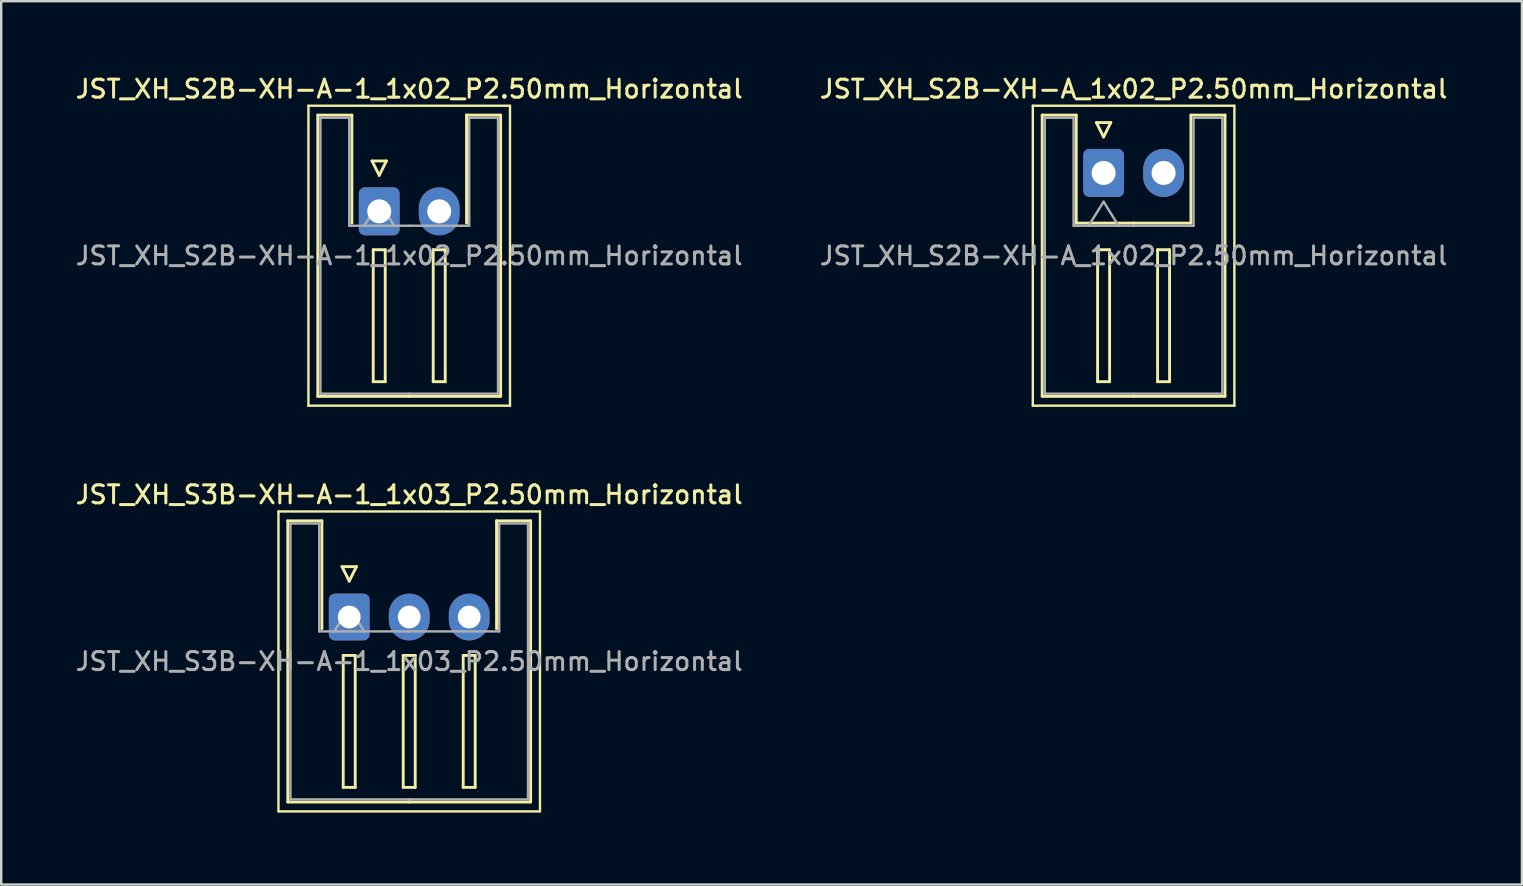
<source format=kicad_pcb>
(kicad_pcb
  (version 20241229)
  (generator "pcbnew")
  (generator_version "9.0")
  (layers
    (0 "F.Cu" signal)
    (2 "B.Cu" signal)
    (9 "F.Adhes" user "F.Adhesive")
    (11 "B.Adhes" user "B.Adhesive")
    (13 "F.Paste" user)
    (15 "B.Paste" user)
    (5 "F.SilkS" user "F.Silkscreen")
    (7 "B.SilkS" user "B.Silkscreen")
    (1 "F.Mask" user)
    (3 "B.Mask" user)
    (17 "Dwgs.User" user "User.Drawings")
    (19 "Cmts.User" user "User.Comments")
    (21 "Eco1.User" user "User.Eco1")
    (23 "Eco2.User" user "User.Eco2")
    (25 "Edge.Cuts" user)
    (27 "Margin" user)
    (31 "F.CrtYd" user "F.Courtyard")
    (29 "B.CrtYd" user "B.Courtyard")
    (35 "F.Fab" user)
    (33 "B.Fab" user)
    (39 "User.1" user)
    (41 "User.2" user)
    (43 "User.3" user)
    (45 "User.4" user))
  (footprint "JST_XH_S2B-XH-A_1x02_P2.50mm_Horizontal"
    (layer "F.Cu")
    (at 42.945 4.158)
    (property "Reference" "JST_XH_S2B-XH-A_1x02_P2.50mm_Horizontal" (at 1.25 -3.5 0) (layer "F.SilkS") (effects (font (size 0.75 0.75) (thickness 0.125))))
    (attr through_hole)
    (fp_line (start -2.95 -2.8) (end -2.95 9.7) (stroke (width 0.1) (type solid)) (layer "F.SilkS"))
    (fp_line (start -2.95 9.7) (end 5.45 9.7) (stroke (width 0.1) (type solid)) (layer "F.SilkS"))
    (fp_line (start -2.56 -2.41) (end -1.14 -2.41) (stroke (width 0.12) (type solid)) (layer "F.SilkS"))
    (fp_line (start -2.56 9.31) (end -2.56 -2.41) (stroke (width 0.12) (type solid)) (layer "F.SilkS"))
    (fp_line (start -1.14 -2.41) (end -1.14 2.09) (stroke (width 0.12) (type solid)) (layer "F.SilkS"))
    (fp_line (start -1.14 2.09) (end 1.25 2.09) (stroke (width 0.12) (type solid)) (layer "F.SilkS"))
    (fp_line (start -0.3 -2.1) (end 0.3 -2.1) (stroke (width 0.12) (type solid)) (layer "F.SilkS"))
    (fp_line (start -0.25 3.2) (end -0.25 8.7) (stroke (width 0.12) (type solid)) (layer "F.SilkS"))
    (fp_line (start -0.25 8.7) (end 0.25 8.7) (stroke (width 0.12) (type solid)) (layer "F.SilkS"))
    (fp_line (start 0 -1.5) (end -0.3 -2.1) (stroke (width 0.12) (type solid)) (layer "F.SilkS"))
    (fp_line (start 0.25 3.2) (end -0.25 3.2) (stroke (width 0.12) (type solid)) (layer "F.SilkS"))
    (fp_line (start 0.25 8.7) (end 0.25 3.2) (stroke (width 0.12) (type solid)) (layer "F.SilkS"))
    (fp_line (start 0.3 -2.1) (end 0 -1.5) (stroke (width 0.12) (type solid)) (layer "F.SilkS"))
    (fp_line (start 1.25 9.31) (end -2.56 9.31) (stroke (width 0.12) (type solid)) (layer "F.SilkS"))
    (fp_line (start 1.25 9.31) (end 5.06 9.31) (stroke (width 0.12) (type solid)) (layer "F.SilkS"))
    (fp_line (start 2.25 3.2) (end 2.25 8.7) (stroke (width 0.12) (type solid)) (layer "F.SilkS"))
    (fp_line (start 2.25 8.7) (end 2.75 8.7) (stroke (width 0.12) (type solid)) (layer "F.SilkS"))
    (fp_line (start 2.75 3.2) (end 2.25 3.2) (stroke (width 0.12) (type solid)) (layer "F.SilkS"))
    (fp_line (start 2.75 8.7) (end 2.75 3.2) (stroke (width 0.12) (type solid)) (layer "F.SilkS"))
    (fp_line (start 3.64 -2.41) (end 3.64 2.09) (stroke (width 0.12) (type solid)) (layer "F.SilkS"))
    (fp_line (start 3.64 2.09) (end 1.25 2.09) (stroke (width 0.12) (type solid)) (layer "F.SilkS"))
    (fp_line (start 5.06 -2.41) (end 3.64 -2.41) (stroke (width 0.12) (type solid)) (layer "F.SilkS"))
    (fp_line (start 5.06 9.31) (end 5.06 -2.41) (stroke (width 0.12) (type solid)) (layer "F.SilkS"))
    (fp_line (start 5.45 -2.8) (end -2.95 -2.8) (stroke (width 0.1) (type solid)) (layer "F.SilkS"))
    (fp_line (start 5.45 9.7) (end 5.45 -2.8) (stroke (width 0.1) (type solid)) (layer "F.SilkS"))
    (fp_line (start -2.45 -2.3) (end -1.25 -2.3) (stroke (width 0.1) (type solid)) (layer "F.Fab"))
    (fp_line (start -2.45 9.2) (end -2.45 -2.3) (stroke (width 0.1) (type solid)) (layer "F.Fab"))
    (fp_line (start -1.25 -2.3) (end -1.25 2.2) (stroke (width 0.1) (type solid)) (layer "F.Fab"))
    (fp_line (start -1.25 2.2) (end 1.25 2.2) (stroke (width 0.1) (type solid)) (layer "F.Fab"))
    (fp_line (start -0.625 2.2) (end 0 1.2) (stroke (width 0.1) (type solid)) (layer "F.Fab"))
    (fp_line (start 0 1.2) (end 0.625 2.2) (stroke (width 0.1) (type solid)) (layer "F.Fab"))
    (fp_line (start 1.25 9.2) (end -2.45 9.2) (stroke (width 0.1) (type solid)) (layer "F.Fab"))
    (fp_line (start 1.25 9.2) (end 4.95 9.2) (stroke (width 0.1) (type solid)) (layer "F.Fab"))
    (fp_line (start 3.75 -2.3) (end 3.75 2.2) (stroke (width 0.1) (type solid)) (layer "F.Fab"))
    (fp_line (start 3.75 2.2) (end 1.25 2.2) (stroke (width 0.1) (type solid)) (layer "F.Fab"))
    (fp_line (start 4.95 -2.3) (end 3.75 -2.3) (stroke (width 0.1) (type solid)) (layer "F.Fab"))
    (fp_line (start 4.95 9.2) (end 4.95 -2.3) (stroke (width 0.1) (type solid)) (layer "F.Fab"))
    (fp_text user "${REFERENCE}" (at 1.25 3.45 0) (layer "F.Fab") (effects (font (size 0.75 0.75) (thickness 0.125))))
    (pad "1" thru_hole roundrect (at 0 0) (size 1.7 2) (drill 1) (layers "*.Cu" "*.Mask") (roundrect_rratio 0.147))
    (pad "2" thru_hole oval (at 2.5 0) (size 1.7 2) (drill 1) (layers "*.Cu" "*.Mask")))
  (footprint "JST_XH_S2B-XH-A-1_1x02_P2.50mm_Horizontal"
    (layer "F.Cu")
    (at 12.755 5.758)
    (property "Reference" "JST_XH_S2B-XH-A-1_1x02_P2.50mm_Horizontal" (at 1.25 -5.1 0) (layer "F.SilkS") (effects (font (size 0.75 0.75) (thickness 0.125))))
    (attr through_hole)
    (fp_line (start -2.95 -4.4) (end -2.95 8.1) (stroke (width 0.1) (type solid)) (layer "F.SilkS"))
    (fp_line (start -2.95 8.1) (end 5.45 8.1) (stroke (width 0.1) (type solid)) (layer "F.SilkS"))
    (fp_line (start -2.56 -4.01) (end -1.14 -4.01) (stroke (width 0.12) (type solid)) (layer "F.SilkS"))
    (fp_line (start -2.56 7.71) (end -2.56 -4.01) (stroke (width 0.12) (type solid)) (layer "F.SilkS"))
    (fp_line (start -1.14 -4.01) (end -1.14 0.49) (stroke (width 0.12) (type solid)) (layer "F.SilkS"))
    (fp_line (start -0.3 -2.1) (end 0.3 -2.1) (stroke (width 0.12) (type solid)) (layer "F.SilkS"))
    (fp_line (start -0.25 1.6) (end -0.25 7.1) (stroke (width 0.12) (type solid)) (layer "F.SilkS"))
    (fp_line (start -0.25 7.1) (end 0.25 7.1) (stroke (width 0.12) (type solid)) (layer "F.SilkS"))
    (fp_line (start 0 -1.5) (end -0.3 -2.1) (stroke (width 0.12) (type solid)) (layer "F.SilkS"))
    (fp_line (start 0.25 1.6) (end -0.25 1.6) (stroke (width 0.12) (type solid)) (layer "F.SilkS"))
    (fp_line (start 0.25 7.1) (end 0.25 1.6) (stroke (width 0.12) (type solid)) (layer "F.SilkS"))
    (fp_line (start 0.3 -2.1) (end 0 -1.5) (stroke (width 0.12) (type solid)) (layer "F.SilkS"))
    (fp_line (start 1.25 7.71) (end -2.56 7.71) (stroke (width 0.12) (type solid)) (layer "F.SilkS"))
    (fp_line (start 1.25 7.71) (end 5.06 7.71) (stroke (width 0.12) (type solid)) (layer "F.SilkS"))
    (fp_line (start 2.25 1.6) (end 2.25 7.1) (stroke (width 0.12) (type solid)) (layer "F.SilkS"))
    (fp_line (start 2.25 7.1) (end 2.75 7.1) (stroke (width 0.12) (type solid)) (layer "F.SilkS"))
    (fp_line (start 2.75 1.6) (end 2.25 1.6) (stroke (width 0.12) (type solid)) (layer "F.SilkS"))
    (fp_line (start 2.75 7.1) (end 2.75 1.6) (stroke (width 0.12) (type solid)) (layer "F.SilkS"))
    (fp_line (start 3.64 -4.01) (end 3.64 0.49) (stroke (width 0.12) (type solid)) (layer "F.SilkS"))
    (fp_line (start 5.06 -4.01) (end 3.64 -4.01) (stroke (width 0.12) (type solid)) (layer "F.SilkS"))
    (fp_line (start 5.06 7.71) (end 5.06 -4.01) (stroke (width 0.12) (type solid)) (layer "F.SilkS"))
    (fp_line (start 5.45 -4.4) (end -2.95 -4.4) (stroke (width 0.1) (type solid)) (layer "F.SilkS"))
    (fp_line (start 5.45 8.1) (end 5.45 -4.4) (stroke (width 0.1) (type solid)) (layer "F.SilkS"))
    (fp_line (start -2.45 -3.9) (end -1.25 -3.9) (stroke (width 0.1) (type solid)) (layer "F.Fab"))
    (fp_line (start -2.45 7.6) (end -2.45 -3.9) (stroke (width 0.1) (type solid)) (layer "F.Fab"))
    (fp_line (start -1.25 -3.9) (end -1.25 0.6) (stroke (width 0.1) (type solid)) (layer "F.Fab"))
    (fp_line (start -1.25 0.6) (end 1.25 0.6) (stroke (width 0.1) (type solid)) (layer "F.Fab"))
    (fp_line (start -0.625 0.6) (end 0 -0.4) (stroke (width 0.1) (type solid)) (layer "F.Fab"))
    (fp_line (start 0 -0.4) (end 0.625 0.6) (stroke (width 0.1) (type solid)) (layer "F.Fab"))
    (fp_line (start 1.25 7.6) (end -2.45 7.6) (stroke (width 0.1) (type solid)) (layer "F.Fab"))
    (fp_line (start 1.25 7.6) (end 4.95 7.6) (stroke (width 0.1) (type solid)) (layer "F.Fab"))
    (fp_line (start 3.75 -3.9) (end 3.75 0.6) (stroke (width 0.1) (type solid)) (layer "F.Fab"))
    (fp_line (start 3.75 0.6) (end 1.25 0.6) (stroke (width 0.1) (type solid)) (layer "F.Fab"))
    (fp_line (start 4.95 -3.9) (end 3.75 -3.9) (stroke (width 0.1) (type solid)) (layer "F.Fab"))
    (fp_line (start 4.95 7.6) (end 4.95 -3.9) (stroke (width 0.1) (type solid)) (layer "F.Fab"))
    (fp_text user "${REFERENCE}" (at 1.25 1.85 0) (layer "F.Fab") (effects (font (size 0.75 0.75) (thickness 0.125))))
    (pad "1" thru_hole roundrect (at 0 0) (size 1.7 2) (drill 1) (layers "*.Cu" "*.Mask") (roundrect_rratio 0.147))
    (pad "2" thru_hole oval (at 2.5 0) (size 1.7 2) (drill 1) (layers "*.Cu" "*.Mask")))
  (footprint "JST_XH_S3B-XH-A-1_1x03_P2.50mm_Horizontal"
    (layer "F.Cu")
    (at 11.505 22.666)
    (property "Reference" "JST_XH_S3B-XH-A-1_1x03_P2.50mm_Horizontal" (at 2.5 -5.1 0) (layer "F.SilkS") (effects (font (size 0.75 0.75) (thickness 0.125))))
    (attr through_hole)
    (fp_line (start -2.95 -4.4) (end -2.95 8.1) (stroke (width 0.1) (type solid)) (layer "F.SilkS"))
    (fp_line (start -2.95 8.1) (end 7.95 8.1) (stroke (width 0.1) (type solid)) (layer "F.SilkS"))
    (fp_line (start -2.56 -4.01) (end -1.14 -4.01) (stroke (width 0.12) (type solid)) (layer "F.SilkS"))
    (fp_line (start -2.56 7.71) (end -2.56 -4.01) (stroke (width 0.12) (type solid)) (layer "F.SilkS"))
    (fp_line (start -1.14 -4.01) (end -1.14 0.49) (stroke (width 0.12) (type solid)) (layer "F.SilkS"))
    (fp_line (start -0.3 -2.1) (end 0.3 -2.1) (stroke (width 0.12) (type solid)) (layer "F.SilkS"))
    (fp_line (start -0.25 1.6) (end -0.25 7.1) (stroke (width 0.12) (type solid)) (layer "F.SilkS"))
    (fp_line (start -0.25 7.1) (end 0.25 7.1) (stroke (width 0.12) (type solid)) (layer "F.SilkS"))
    (fp_line (start 0 -1.5) (end -0.3 -2.1) (stroke (width 0.12) (type solid)) (layer "F.SilkS"))
    (fp_line (start 0.25 1.6) (end -0.25 1.6) (stroke (width 0.12) (type solid)) (layer "F.SilkS"))
    (fp_line (start 0.25 7.1) (end 0.25 1.6) (stroke (width 0.12) (type solid)) (layer "F.SilkS"))
    (fp_line (start 0.3 -2.1) (end 0 -1.5) (stroke (width 0.12) (type solid)) (layer "F.SilkS"))
    (fp_line (start 2.25 1.6) (end 2.25 7.1) (stroke (width 0.12) (type solid)) (layer "F.SilkS"))
    (fp_line (start 2.25 7.1) (end 2.75 7.1) (stroke (width 0.12) (type solid)) (layer "F.SilkS"))
    (fp_line (start 2.5 7.71) (end -2.56 7.71) (stroke (width 0.12) (type solid)) (layer "F.SilkS"))
    (fp_line (start 2.5 7.71) (end 7.56 7.71) (stroke (width 0.12) (type solid)) (layer "F.SilkS"))
    (fp_line (start 2.75 1.6) (end 2.25 1.6) (stroke (width 0.12) (type solid)) (layer "F.SilkS"))
    (fp_line (start 2.75 7.1) (end 2.75 1.6) (stroke (width 0.12) (type solid)) (layer "F.SilkS"))
    (fp_line (start 4.75 1.6) (end 4.75 7.1) (stroke (width 0.12) (type solid)) (layer "F.SilkS"))
    (fp_line (start 4.75 7.1) (end 5.25 7.1) (stroke (width 0.12) (type solid)) (layer "F.SilkS"))
    (fp_line (start 5.25 1.6) (end 4.75 1.6) (stroke (width 0.12) (type solid)) (layer "F.SilkS"))
    (fp_line (start 5.25 7.1) (end 5.25 1.6) (stroke (width 0.12) (type solid)) (layer "F.SilkS"))
    (fp_line (start 6.14 -4.01) (end 6.14 0.49) (stroke (width 0.12) (type solid)) (layer "F.SilkS"))
    (fp_line (start 7.56 -4.01) (end 6.14 -4.01) (stroke (width 0.12) (type solid)) (layer "F.SilkS"))
    (fp_line (start 7.56 7.71) (end 7.56 -4.01) (stroke (width 0.12) (type solid)) (layer "F.SilkS"))
    (fp_line (start 7.95 -4.4) (end -2.95 -4.4) (stroke (width 0.1) (type solid)) (layer "F.SilkS"))
    (fp_line (start 7.95 8.1) (end 7.95 -4.4) (stroke (width 0.1) (type solid)) (layer "F.SilkS"))
    (fp_line (start -2.45 -3.9) (end -1.25 -3.9) (stroke (width 0.1) (type solid)) (layer "F.Fab"))
    (fp_line (start -2.45 7.6) (end -2.45 -3.9) (stroke (width 0.1) (type solid)) (layer "F.Fab"))
    (fp_line (start -1.25 -3.9) (end -1.25 0.6) (stroke (width 0.1) (type solid)) (layer "F.Fab"))
    (fp_line (start -1.25 0.6) (end 2.5 0.6) (stroke (width 0.1) (type solid)) (layer "F.Fab"))
    (fp_line (start -0.625 0.6) (end 0 -0.4) (stroke (width 0.1) (type solid)) (layer "F.Fab"))
    (fp_line (start 0 -0.4) (end 0.625 0.6) (stroke (width 0.1) (type solid)) (layer "F.Fab"))
    (fp_line (start 2.5 7.6) (end -2.45 7.6) (stroke (width 0.1) (type solid)) (layer "F.Fab"))
    (fp_line (start 2.5 7.6) (end 7.45 7.6) (stroke (width 0.1) (type solid)) (layer "F.Fab"))
    (fp_line (start 6.25 -3.9) (end 6.25 0.6) (stroke (width 0.1) (type solid)) (layer "F.Fab"))
    (fp_line (start 6.25 0.6) (end 2.5 0.6) (stroke (width 0.1) (type solid)) (layer "F.Fab"))
    (fp_line (start 7.45 -3.9) (end 6.25 -3.9) (stroke (width 0.1) (type solid)) (layer "F.Fab"))
    (fp_line (start 7.45 7.6) (end 7.45 -3.9) (stroke (width 0.1) (type solid)) (layer "F.Fab"))
    (fp_text user "${REFERENCE}" (at 2.5 1.85 0) (layer "F.Fab") (effects (font (size 0.75 0.75) (thickness 0.125))))
    (pad "1" thru_hole roundrect (at 0 0) (size 1.7 1.95) (drill 0.95) (layers "*.Cu" "*.Mask") (roundrect_rratio 0.147))
    (pad "2" thru_hole oval (at 2.5 0) (size 1.7 1.95) (drill 0.95) (layers "*.Cu" "*.Mask"))
    (pad "3" thru_hole oval (at 5 0) (size 1.7 1.95) (drill 0.95) (layers "*.Cu" "*.Mask")))
  (gr_rect
    (start -3 -3)
    (end 60.379 33.816)
    (stroke (width 0.1) (type default))
    (fill no)
    (layer "Edge.Cuts")))
</source>
